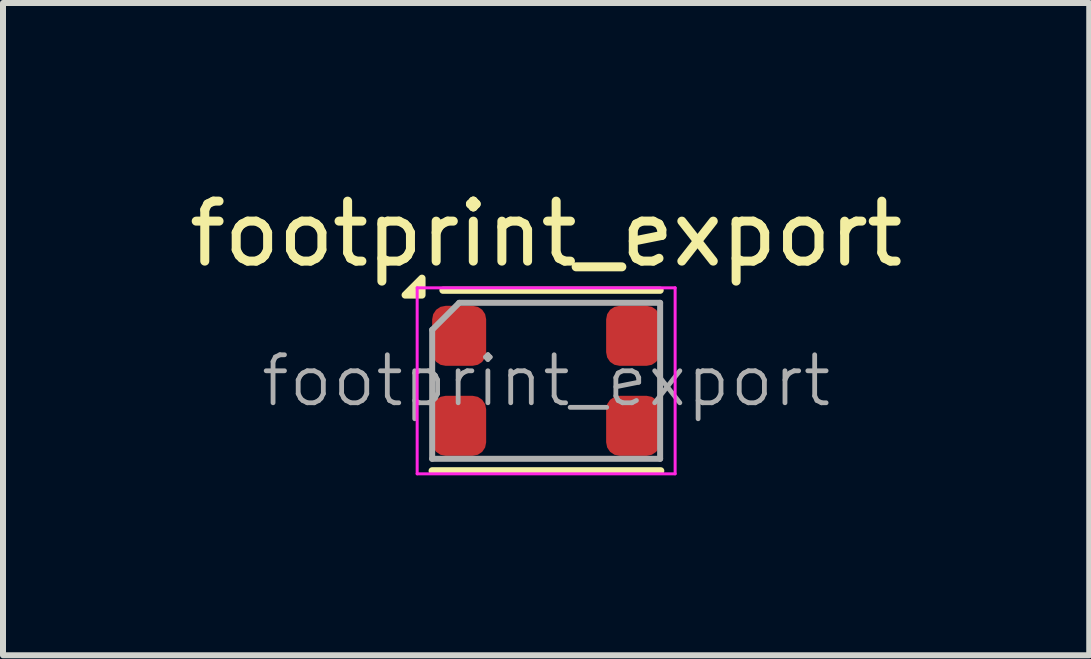
<source format=kicad_pcb>
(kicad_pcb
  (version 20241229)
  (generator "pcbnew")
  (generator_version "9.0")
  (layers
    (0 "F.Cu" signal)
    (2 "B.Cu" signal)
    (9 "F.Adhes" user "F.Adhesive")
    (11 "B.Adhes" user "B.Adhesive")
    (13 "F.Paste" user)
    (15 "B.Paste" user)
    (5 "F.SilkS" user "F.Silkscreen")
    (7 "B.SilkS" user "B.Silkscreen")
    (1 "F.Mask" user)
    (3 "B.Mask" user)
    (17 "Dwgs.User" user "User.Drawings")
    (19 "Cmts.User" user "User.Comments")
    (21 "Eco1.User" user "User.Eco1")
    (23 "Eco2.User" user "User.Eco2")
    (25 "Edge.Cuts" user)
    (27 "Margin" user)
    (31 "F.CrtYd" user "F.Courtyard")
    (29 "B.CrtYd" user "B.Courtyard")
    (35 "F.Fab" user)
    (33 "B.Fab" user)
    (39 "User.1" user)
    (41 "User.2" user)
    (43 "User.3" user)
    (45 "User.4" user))
  (footprint "footprint_export"
    (layer "F.Cu")
    (at 6.054 3.298)
    (property "Reference" "footprint_export" (at 0 -2.45 0) (layer "F.SilkS") (effects (font (size 1 1) (thickness 0.15))))
    (attr smd)
    (fp_line (start -1.9 1.5) (end 1.91 1.5) (stroke (width 0.12) (type solid)) (layer "F.SilkS"))
    (fp_line (start -1.72 -1.51) (end 1.9 -1.51) (stroke (width 0.12) (type solid)) (layer "F.SilkS"))
    (fp_poly (pts (xy -2.07 -1.43) (xy -2.35 -1.43) (xy -2.07 -1.71) (xy -2.07 -1.43)) (stroke (width 0.12) (type solid)) (fill yes) (layer "F.SilkS"))
    (fp_line (start -2.15 -1.55) (end -2.15 1.55) (stroke (width 0.05) (type solid)) (layer "F.CrtYd"))
    (fp_line (start -2.15 -1.55) (end 2.15 -1.55) (stroke (width 0.05) (type solid)) (layer "F.CrtYd"))
    (fp_line (start 2.15 1.55) (end -2.15 1.55) (stroke (width 0.05) (type solid)) (layer "F.CrtYd"))
    (fp_line (start 2.15 1.55) (end 2.15 -1.55) (stroke (width 0.05) (type solid)) (layer "F.CrtYd"))
    (fp_line (start -1.9 -0.85) (end -1.9 1.3) (stroke (width 0.1) (type solid)) (layer "F.Fab"))
    (fp_line (start -1.9 1.3) (end 1.9 1.3) (stroke (width 0.1) (type solid)) (layer "F.Fab"))
    (fp_line (start -1.45 -1.3) (end -1.9 -0.85) (stroke (width 0.1) (type solid)) (layer "F.Fab"))
    (fp_line (start 1.9 -1.3) (end -1.45 -1.3) (stroke (width 0.1) (type solid)) (layer "F.Fab"))
    (fp_line (start 1.9 1.3) (end 1.9 -1.3) (stroke (width 0.1) (type solid)) (layer "F.Fab"))
    (fp_text user "${REFERENCE}" (at 0 0 0) (layer "F.Fab") (effects (font (size 0.8 0.8) (thickness 0.08))))
    (pad "1" smd roundrect (at -1.45 -0.75) (size 0.9 1) (layers "F.Cu" "F.Mask" "F.Paste") (roundrect_rratio 0.25))
    (pad "2" smd roundrect (at -1.45 0.75) (size 0.9 1) (layers "F.Cu" "F.Mask" "F.Paste") (roundrect_rratio 0.25))
    (pad "3" smd roundrect (at 1.45 0.75) (size 0.9 1) (layers "F.Cu" "F.Mask" "F.Paste") (roundrect_rratio 0.25))
    (pad "4" smd roundrect (at 1.45 -0.75) (size 0.9 1) (layers "F.Cu" "F.Mask" "F.Paste") (roundrect_rratio 0.25)))
  (gr_rect
    (start -3 -3)
    (end 15.107 7.873)
    (stroke (width 0.1) (type default))
    (fill no)
    (layer "Edge.Cuts")))
</source>
